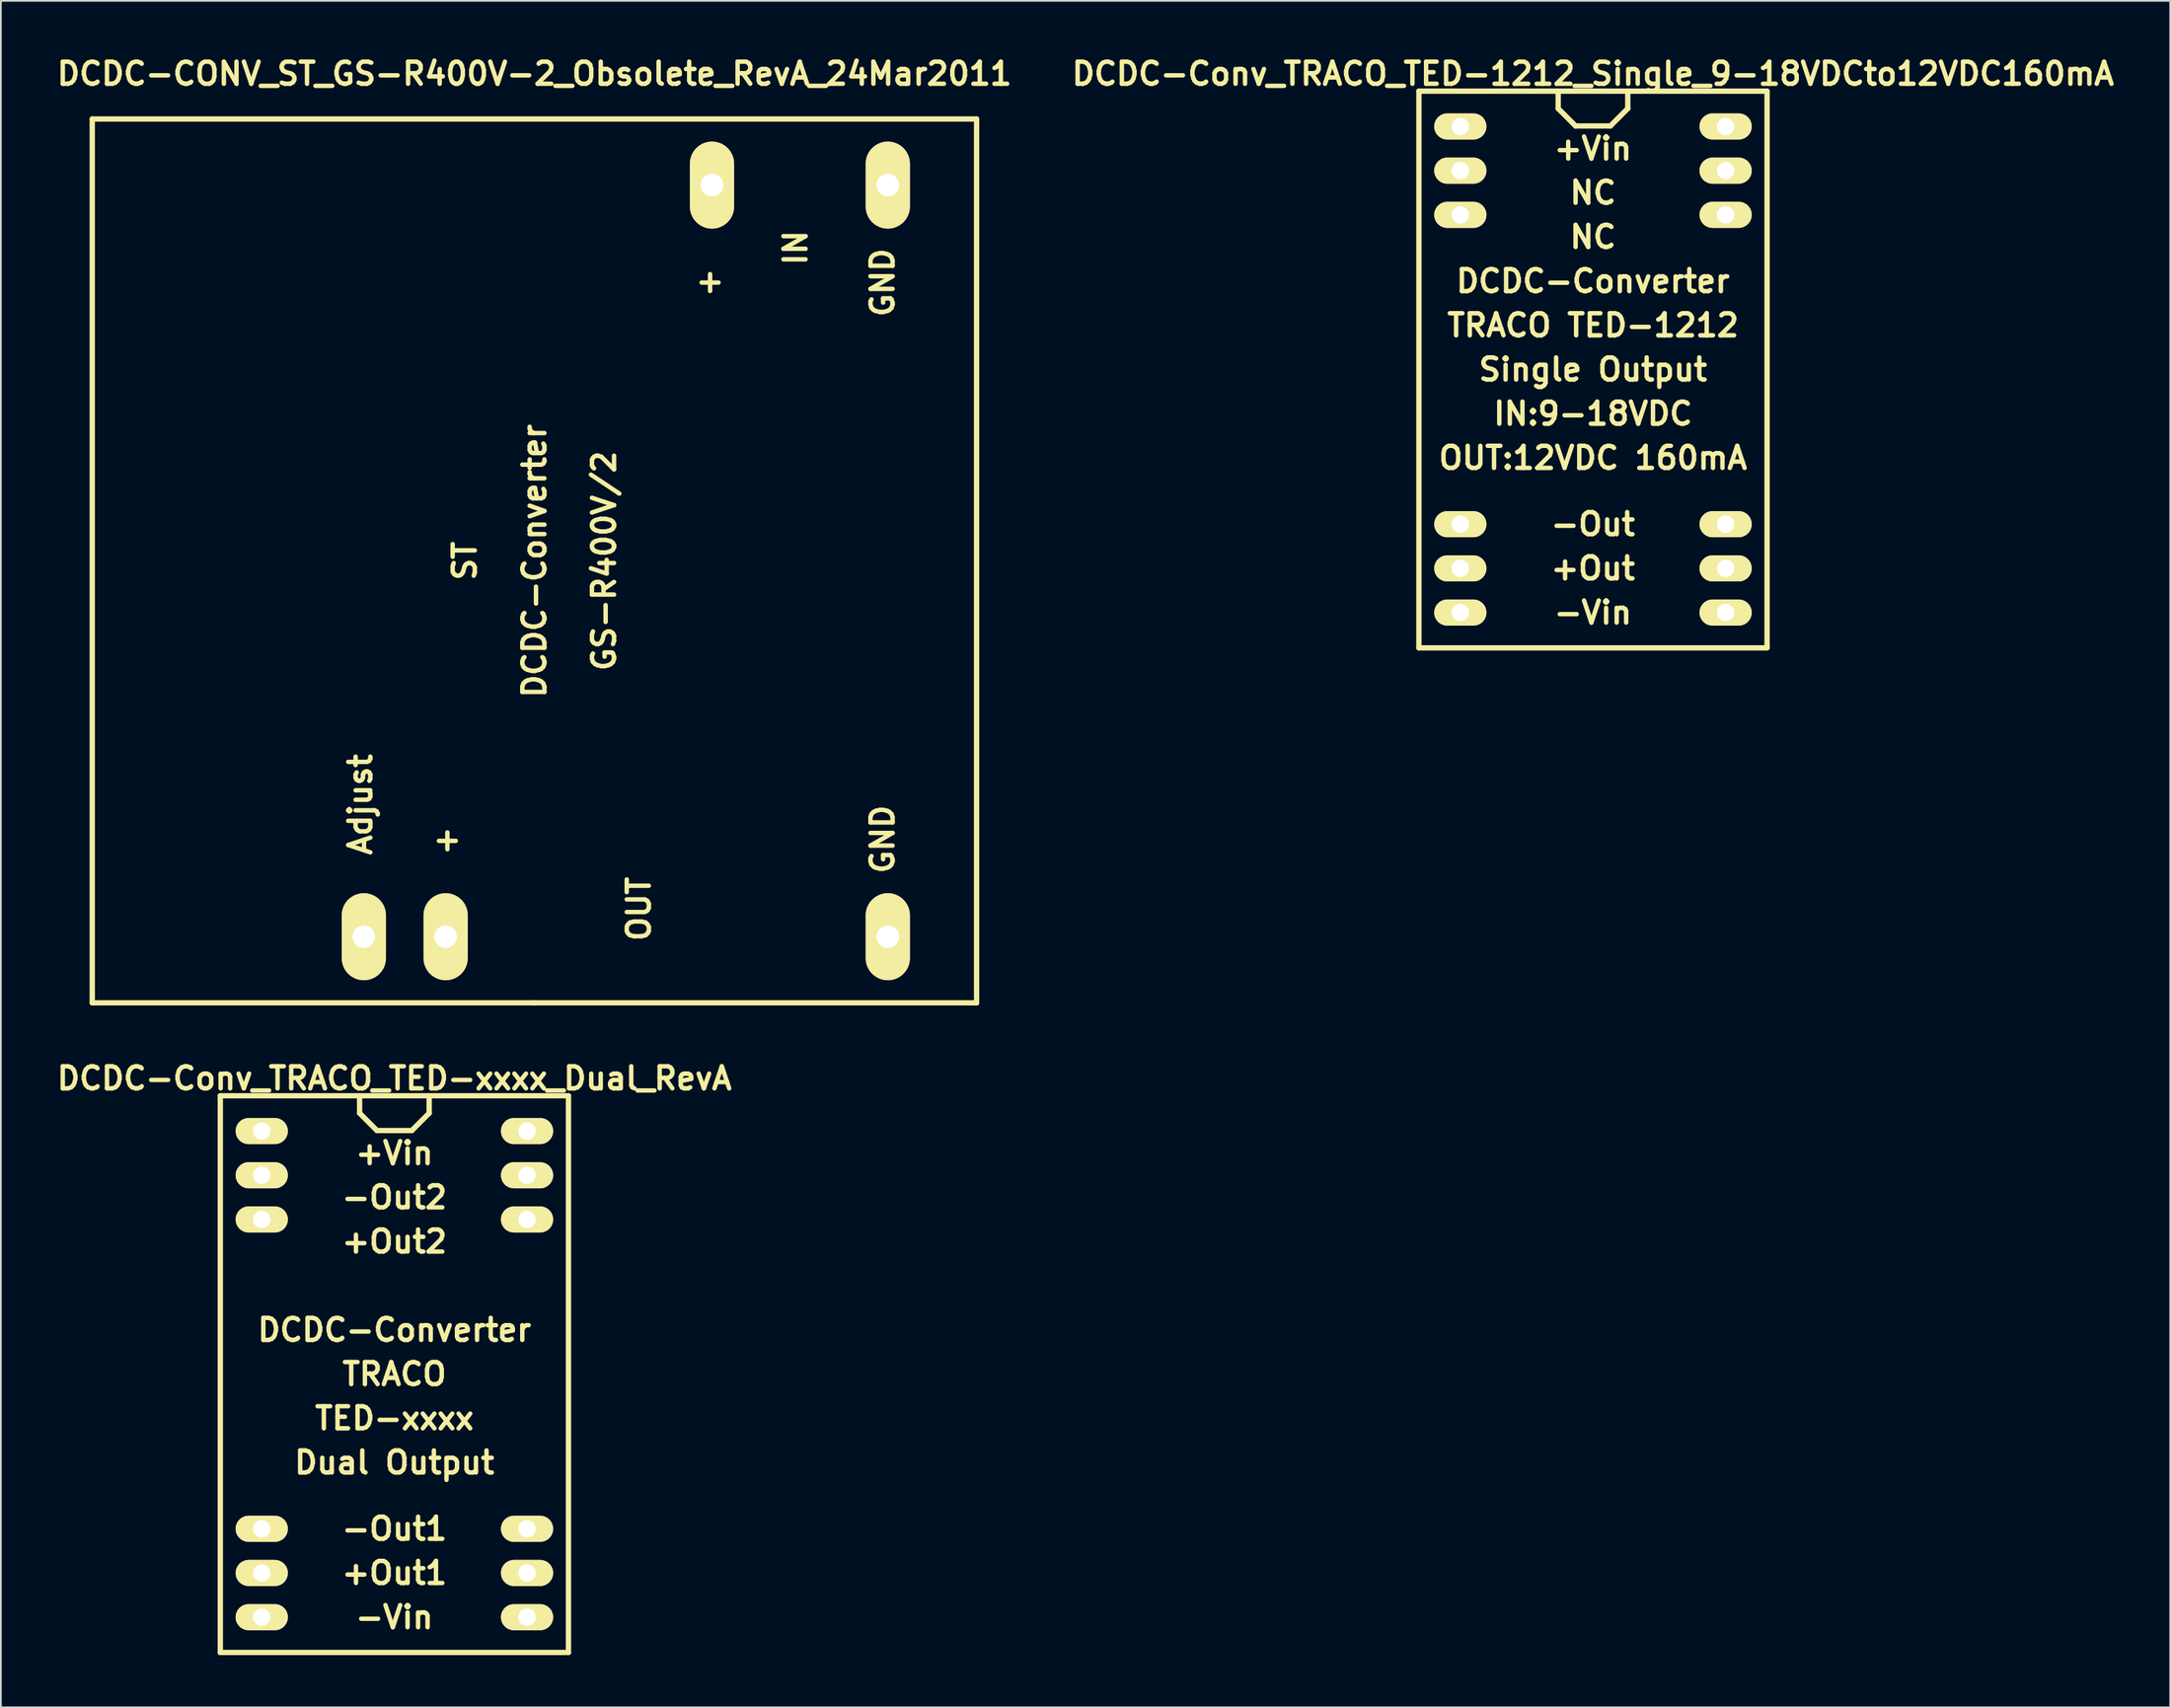
<source format=kicad_pcb>
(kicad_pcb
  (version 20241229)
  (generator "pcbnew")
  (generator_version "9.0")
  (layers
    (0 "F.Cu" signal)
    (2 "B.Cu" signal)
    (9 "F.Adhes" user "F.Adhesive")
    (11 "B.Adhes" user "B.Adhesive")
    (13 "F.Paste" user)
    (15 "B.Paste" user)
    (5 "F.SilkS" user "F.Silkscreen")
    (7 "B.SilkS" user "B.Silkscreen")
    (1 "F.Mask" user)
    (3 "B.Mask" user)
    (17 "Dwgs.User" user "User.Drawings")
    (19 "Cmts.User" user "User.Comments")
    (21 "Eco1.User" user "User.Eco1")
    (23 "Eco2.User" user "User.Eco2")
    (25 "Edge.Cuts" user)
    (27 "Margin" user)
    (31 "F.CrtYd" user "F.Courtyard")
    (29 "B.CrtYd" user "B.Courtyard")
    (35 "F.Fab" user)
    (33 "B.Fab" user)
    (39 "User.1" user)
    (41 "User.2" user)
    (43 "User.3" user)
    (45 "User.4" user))
  (footprint "DCDC-Conv_TRACO_TED-xxxx_Dual_RevA"
    (layer "F.Cu")
    (at 19.606 75.931)
    (property "Reference" "DCDC-Conv_TRACO_TED-xxxx_Dual_RevA" (at 0 -17 0) (layer "F.SilkS") (effects (font (size 1.27 1.27) (thickness 0.254))))
    (attr through_hole)
    (fp_line (start -10 -15.999) (end -10 15.999) (stroke (width 0.305) (type solid)) (layer "F.SilkS"))
    (fp_line (start -10 15.999) (end 10 15.999) (stroke (width 0.305) (type solid)) (layer "F.SilkS"))
    (fp_line (start -1.999 -15.999) (end -1.999 -15.001) (stroke (width 0.305) (type solid)) (layer "F.SilkS"))
    (fp_line (start -1.999 -15.001) (end -1.001 -14) (stroke (width 0.305) (type solid)) (layer "F.SilkS"))
    (fp_line (start -1.001 -14) (end 1.001 -14) (stroke (width 0.305) (type solid)) (layer "F.SilkS"))
    (fp_line (start 1.001 -14) (end 1.999 -15.001) (stroke (width 0.305) (type solid)) (layer "F.SilkS"))
    (fp_line (start 1.999 -15.001) (end 1.999 -15.999) (stroke (width 0.305) (type solid)) (layer "F.SilkS"))
    (fp_line (start 10 -15.999) (end -10 -15.999) (stroke (width 0.305) (type solid)) (layer "F.SilkS"))
    (fp_line (start 10 15.999) (end 10 -15.999) (stroke (width 0.305) (type solid)) (layer "F.SilkS"))
    (fp_text user "-Out2" (at 0 -10.16 0) (layer "F.SilkS") (effects (font (size 1.27 1.27) (thickness 0.254))))
    (fp_text user "+Out1" (at 0 11.43 0) (layer "F.SilkS") (effects (font (size 1.27 1.27) (thickness 0.254))))
    (fp_text user "TED-xxxx" (at 0 2.54 0) (layer "F.SilkS") (effects (font (size 1.27 1.27) (thickness 0.254))))
    (fp_text user "TRACO" (at 0 0 0) (layer "F.SilkS") (effects (font (size 1.27 1.27) (thickness 0.254))))
    (fp_text user "+Out2" (at 0 -7.62 0) (layer "F.SilkS") (effects (font (size 1.27 1.27) (thickness 0.254))))
    (fp_text user "-Vin" (at 0 13.97 0) (layer "F.SilkS") (effects (font (size 1.27 1.27) (thickness 0.254))))
    (fp_text user "Dual Output" (at 0 5.08 0) (layer "F.SilkS") (effects (font (size 1.27 1.27) (thickness 0.254))))
    (fp_text user "+Vin" (at 0 -12.7 0) (layer "F.SilkS") (effects (font (size 1.27 1.27) (thickness 0.254))))
    (fp_text user "DCDC-Converter" (at 0 -2.54 0) (layer "F.SilkS") (effects (font (size 1.27 1.27) (thickness 0.254))))
    (fp_text user "-Out1" (at 0 8.89 0) (layer "F.SilkS") (effects (font (size 1.27 1.27) (thickness 0.254))))
    (pad "1" thru_hole oval (at -7.62 -13.97) (size 3 1.501) (drill 1.001) (layers "*.Cu" "*.Mask" "F.SilkS"))
    (pad "2" thru_hole oval (at -7.62 -11.43) (size 3 1.501) (drill 1.001) (layers "*.Cu" "*.Mask" "F.SilkS"))
    (pad "3" thru_hole oval (at -7.62 -8.89) (size 3 1.501) (drill 1.001) (layers "*.Cu" "*.Mask" "F.SilkS"))
    (pad "10" thru_hole oval (at -7.62 8.89) (size 3 1.501) (drill 1.001) (layers "*.Cu" "*.Mask" "F.SilkS"))
    (pad "11" thru_hole oval (at -7.62 11.43) (size 3 1.501) (drill 1.001) (layers "*.Cu" "*.Mask" "F.SilkS"))
    (pad "12" thru_hole oval (at -7.62 13.97) (size 3 1.501) (drill 1.001) (layers "*.Cu" "*.Mask" "F.SilkS"))
    (pad "13" thru_hole oval (at 7.62 13.97) (size 3 1.501) (drill 1.001) (layers "*.Cu" "*.Mask" "F.SilkS"))
    (pad "14" thru_hole oval (at 7.62 11.43) (size 3 1.501) (drill 1.001) (layers "*.Cu" "*.Mask" "F.SilkS"))
    (pad "15" thru_hole oval (at 7.62 8.89) (size 3 1.501) (drill 1.001) (layers "*.Cu" "*.Mask" "F.SilkS"))
    (pad "22" thru_hole oval (at 7.62 -8.89) (size 3 1.501) (drill 1.001) (layers "*.Cu" "*.Mask" "F.SilkS"))
    (pad "23" thru_hole oval (at 7.62 -11.43) (size 3 1.501) (drill 1.001) (layers "*.Cu" "*.Mask" "F.SilkS"))
    (pad "24" thru_hole oval (at 7.62 -13.97) (size 3 1.501) (drill 1.001) (layers "*.Cu" "*.Mask" "F.SilkS")))
  (footprint "DCDC-CONV_ST_GS-R400V-2_Obsolete_RevA_24Mar2011"
    (layer "F.Cu")
    (at 27.65 29.19)
    (property "Reference" "DCDC-CONV_ST_GS-R400V-2_Obsolete_RevA_24Mar2011" (at 0 -28.001 0) (layer "F.SilkS") (effects (font (size 1.27 1.27) (thickness 0.254))))
    (attr through_hole)
    (fp_line (start -25.4 -25.4) (end -25.4 25.4) (stroke (width 0.305) (type solid)) (layer "F.SilkS"))
    (fp_line (start -25.4 25.4) (end 0 25.4) (stroke (width 0.305) (type solid)) (layer "F.SilkS"))
    (fp_line (start 0 25.4) (end 25.4 25.4) (stroke (width 0.305) (type solid)) (layer "F.SilkS"))
    (fp_line (start 25.4 -25.4) (end -25.4 -25.4) (stroke (width 0.305) (type solid)) (layer "F.SilkS"))
    (fp_line (start 25.4 25.4) (end 25.4 -25.4) (stroke (width 0.305) (type solid)) (layer "F.SilkS"))
    (fp_text user "GS-R400V/2" (at 4 0 90) (layer "F.SilkS") (effects (font (size 1.27 1.27) (thickness 0.254))))
    (fp_text user "GND" (at 20 -15.999 90) (layer "F.SilkS") (effects (font (size 1.27 1.27) (thickness 0.254))))
    (fp_text user "OUT" (at 5.999 20 90) (layer "F.SilkS") (effects (font (size 1.27 1.27) (thickness 0.254))))
    (fp_text user "Adjust" (at -10 14 90) (layer "F.SilkS") (effects (font (size 1.27 1.27) (thickness 0.254))))
    (fp_text user "+" (at -5.001 15.999 0) (layer "F.SilkS") (effects (font (size 1.27 1.27) (thickness 0.254))))
    (fp_text user "+" (at 10 -15.999 90) (layer "F.SilkS") (effects (font (size 1.27 1.27) (thickness 0.254))))
    (fp_text user "DCDC-Converter" (at 0 0 90) (layer "F.SilkS") (effects (font (size 1.27 1.27) (thickness 0.254))))
    (fp_text user "ST" (at -4 0 90) (layer "F.SilkS") (effects (font (size 1.27 1.27) (thickness 0.254))))
    (fp_text user "IN" (at 15.001 -18.001 90) (layer "F.SilkS") (effects (font (size 1.27 1.27) (thickness 0.254))))
    (fp_text user "GND" (at 20 15.999 90) (layer "F.SilkS") (effects (font (size 1.27 1.27) (thickness 0.254))))
    (pad "1" thru_hole oval (at 10.201 -21.6) (size 2.54 5.001) (drill 1.3) (layers "*.Cu" "*.Mask" "F.SilkS"))
    (pad "2" thru_hole oval (at 20.3 -21.6) (size 2.54 5.001) (drill 1.3) (layers "*.Cu" "*.Mask" "F.SilkS"))
    (pad "3" thru_hole oval (at 20.3 21.6) (size 2.54 5.001) (drill 1.3) (layers "*.Cu" "*.Mask" "F.SilkS"))
    (pad "4" thru_hole oval (at -5.1 21.6) (size 2.54 5.001) (drill 1.3) (layers "*.Cu" "*.Mask" "F.SilkS"))
    (pad "5" thru_hole oval (at -9.799 21.6) (size 2.54 5.001) (drill 1.3) (layers "*.Cu" "*.Mask" "F.SilkS")))
  (footprint "DCDC-Conv_TRACO_TED-1212_Single_9-18VDCto12VDC160mA"
    (layer "F.Cu")
    (at 88.459 18.189)
    (property "Reference" "DCDC-Conv_TRACO_TED-1212_Single_9-18VDCto12VDC160mA" (at 0 -17 0) (layer "F.SilkS") (effects (font (size 1.27 1.27) (thickness 0.254))))
    (attr through_hole)
    (fp_line (start -10 -15.999) (end -10 15.999) (stroke (width 0.305) (type solid)) (layer "F.SilkS"))
    (fp_line (start -10 15.999) (end 10 15.999) (stroke (width 0.305) (type solid)) (layer "F.SilkS"))
    (fp_line (start -1.999 -15.999) (end -1.999 -15.001) (stroke (width 0.305) (type solid)) (layer "F.SilkS"))
    (fp_line (start -1.999 -15.001) (end -1.001 -14) (stroke (width 0.305) (type solid)) (layer "F.SilkS"))
    (fp_line (start -1.001 -14) (end 1.001 -14) (stroke (width 0.305) (type solid)) (layer "F.SilkS"))
    (fp_line (start 1.001 -14) (end 1.999 -15.001) (stroke (width 0.305) (type solid)) (layer "F.SilkS"))
    (fp_line (start 1.999 -15.001) (end 1.999 -15.999) (stroke (width 0.305) (type solid)) (layer "F.SilkS"))
    (fp_line (start 10 -15.999) (end -10 -15.999) (stroke (width 0.305) (type solid)) (layer "F.SilkS"))
    (fp_line (start 10 15.999) (end 10 -15.999) (stroke (width 0.305) (type solid)) (layer "F.SilkS"))
    (fp_text user "OUT:12VDC 160mA" (at 0 5.08 0) (layer "F.SilkS") (effects (font (size 1.27 1.27) (thickness 0.254))))
    (fp_text user "NC" (at 0 -7.62 0) (layer "F.SilkS") (effects (font (size 1.27 1.27) (thickness 0.254))))
    (fp_text user "Single Output" (at 0 0 0) (layer "F.SilkS") (effects (font (size 1.27 1.27) (thickness 0.254))))
    (fp_text user "-Vin" (at 0 13.97 0) (layer "F.SilkS") (effects (font (size 1.27 1.27) (thickness 0.254))))
    (fp_text user "-Out" (at 0 8.89 0) (layer "F.SilkS") (effects (font (size 1.27 1.27) (thickness 0.254))))
    (fp_text user "TRACO TED-1212" (at 0 -2.54 0) (layer "F.SilkS") (effects (font (size 1.27 1.27) (thickness 0.254))))
    (fp_text user "+Out" (at 0 11.43 0) (layer "F.SilkS") (effects (font (size 1.27 1.27) (thickness 0.254))))
    (fp_text user "NC" (at 0 -10.16 0) (layer "F.SilkS") (effects (font (size 1.27 1.27) (thickness 0.254))))
    (fp_text user "IN:9-18VDC" (at 0 2.54 0) (layer "F.SilkS") (effects (font (size 1.27 1.27) (thickness 0.254))))
    (fp_text user "+Vin" (at 0 -12.7 0) (layer "F.SilkS") (effects (font (size 1.27 1.27) (thickness 0.254))))
    (fp_text user "DCDC-Converter" (at 0 -5.08 0) (layer "F.SilkS") (effects (font (size 1.27 1.27) (thickness 0.254))))
    (pad "1" thru_hole oval (at -7.62 -13.97) (size 3 1.501) (drill 1.001) (layers "*.Cu" "*.Mask" "F.SilkS"))
    (pad "2" thru_hole oval (at -7.62 -11.43) (size 3 1.501) (drill 1.001) (layers "*.Cu" "*.Mask" "F.SilkS"))
    (pad "3" thru_hole oval (at -7.62 -8.89) (size 3 1.501) (drill 1.001) (layers "*.Cu" "*.Mask" "F.SilkS"))
    (pad "10" thru_hole oval (at -7.62 8.89) (size 3 1.501) (drill 1.001) (layers "*.Cu" "*.Mask" "F.SilkS"))
    (pad "11" thru_hole oval (at -7.62 11.43) (size 3 1.501) (drill 1.001) (layers "*.Cu" "*.Mask" "F.SilkS"))
    (pad "12" thru_hole oval (at -7.62 13.97) (size 3 1.501) (drill 1.001) (layers "*.Cu" "*.Mask" "F.SilkS"))
    (pad "13" thru_hole oval (at 7.62 13.97) (size 3 1.501) (drill 1.001) (layers "*.Cu" "*.Mask" "F.SilkS"))
    (pad "14" thru_hole oval (at 7.62 11.43) (size 3 1.501) (drill 1.001) (layers "*.Cu" "*.Mask" "F.SilkS"))
    (pad "15" thru_hole oval (at 7.62 8.89) (size 3 1.501) (drill 1.001) (layers "*.Cu" "*.Mask" "F.SilkS"))
    (pad "22" thru_hole oval (at 7.62 -8.89) (size 3 1.501) (drill 1.001) (layers "*.Cu" "*.Mask" "F.SilkS"))
    (pad "23" thru_hole oval (at 7.62 -11.43) (size 3 1.501) (drill 1.001) (layers "*.Cu" "*.Mask" "F.SilkS"))
    (pad "24" thru_hole oval (at 7.62 -13.97) (size 3 1.501) (drill 1.001) (layers "*.Cu" "*.Mask" "F.SilkS")))
  (gr_rect
    (start -3 -3)
    (end 121.618 95.083)
    (stroke (width 0.1) (type default))
    (fill no)
    (layer "Edge.Cuts")))
</source>
